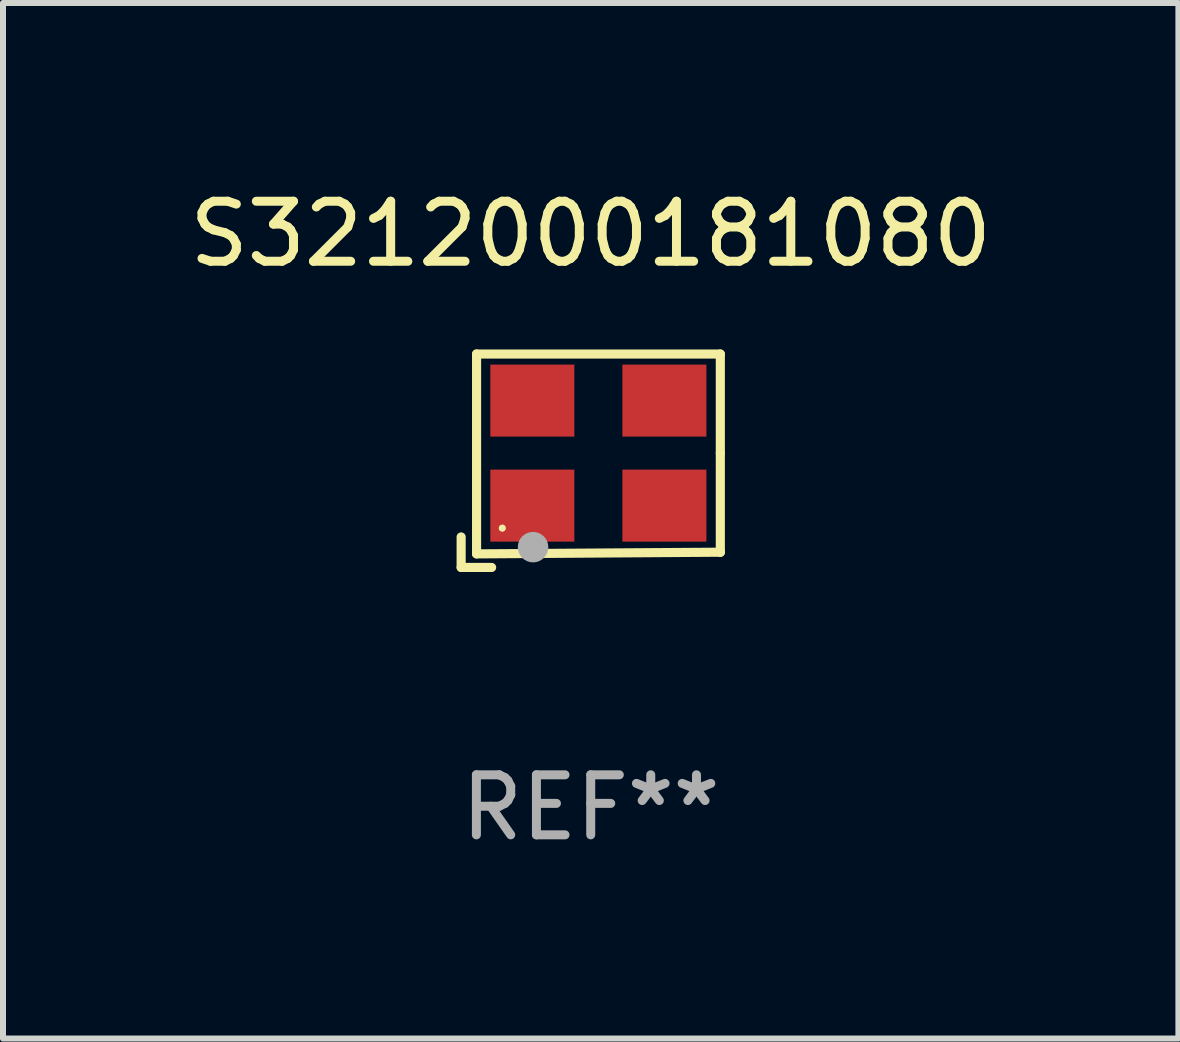
<source format=kicad_pcb>
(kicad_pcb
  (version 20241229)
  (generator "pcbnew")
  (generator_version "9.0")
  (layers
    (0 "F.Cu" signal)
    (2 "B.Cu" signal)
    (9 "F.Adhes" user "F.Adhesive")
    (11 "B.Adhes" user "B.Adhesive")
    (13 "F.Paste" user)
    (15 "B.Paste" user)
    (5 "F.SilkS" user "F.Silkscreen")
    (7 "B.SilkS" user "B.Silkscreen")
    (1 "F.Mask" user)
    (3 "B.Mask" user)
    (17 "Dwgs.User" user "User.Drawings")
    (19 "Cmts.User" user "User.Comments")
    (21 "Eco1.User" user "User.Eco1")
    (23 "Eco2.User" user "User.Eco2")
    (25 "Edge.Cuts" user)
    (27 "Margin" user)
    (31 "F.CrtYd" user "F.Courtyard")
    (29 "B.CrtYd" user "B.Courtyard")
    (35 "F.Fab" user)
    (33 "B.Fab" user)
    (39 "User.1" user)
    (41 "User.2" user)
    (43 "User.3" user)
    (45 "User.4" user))
  (footprint "S3212000181080"
    (layer "F.Cu")
    (at 6.792 4.626)
    (property "Reference" "S3212000181080" (at 0 -3.778 0) (layer "F.SilkS") (effects (font (size 1 1) (thickness 0.15))))
    (attr through_hole)
    (fp_line (start -2.159 1.27) (end -2.159 1.778) (stroke (width 0.152) (type solid)) (layer "F.SilkS"))
    (fp_line (start -2.159 1.778) (end -1.651 1.778) (stroke (width 0.152) (type solid)) (layer "F.SilkS"))
    (fp_line (start -1.902 -1.778) (end 2.159 -1.778) (stroke (width 0.152) (type solid)) (layer "F.SilkS"))
    (fp_line (start -1.902 1.552) (end -1.902 -1.778) (stroke (width 0.152) (type solid)) (layer "F.SilkS"))
    (fp_line (start 2.159 -1.778) (end 2.159 -0.127) (stroke (width 0.152) (type solid)) (layer "F.SilkS"))
    (fp_line (start 2.159 -0.127) (end 2.159 1.524) (stroke (width 0.152) (type solid)) (layer "F.SilkS"))
    (fp_line (start 2.159 1.524) (end -1.902 1.552) (stroke (width 0.152) (type solid)) (layer "F.SilkS"))
    (fp_line (start 2.159 1.524) (end 2.159 1.524) (stroke (width 0.152) (type solid)) (layer "F.SilkS"))
    (fp_circle (center -1.473 1.123) (end -1.443 1.123) (stroke (width 0.06) (type solid)) (fill no) (layer "F.SilkS"))
    (fp_circle (center -0.961 1.44) (end -0.834 1.44) (stroke (width 0.254) (type solid)) (fill no) (layer "F.Fab"))
    (fp_text user "REF**" (at 0 5.778 0) (layer "F.Fab") (effects (font (size 1 1) (thickness 0.15))))
    (pad "1" smd rect (at -0.973 0.748) (size 1.4 1.2) (layers "F.Cu" "F.Mask" "F.Paste"))
    (pad "2" smd rect (at 1.227 0.748) (size 1.4 1.2) (layers "F.Cu" "F.Mask" "F.Paste"))
    (pad "3" smd rect (at 1.227 -1.002) (size 1.4 1.2) (layers "F.Cu" "F.Mask" "F.Paste"))
    (pad "4" smd rect (at -0.973 -1.002) (size 1.4 1.2) (layers "F.Cu" "F.Mask" "F.Paste")))
  (gr_rect
    (start -3 -3)
    (end 16.583 14.253)
    (stroke (width 0.1) (type default))
    (fill no)
    (layer "Edge.Cuts")))
</source>
